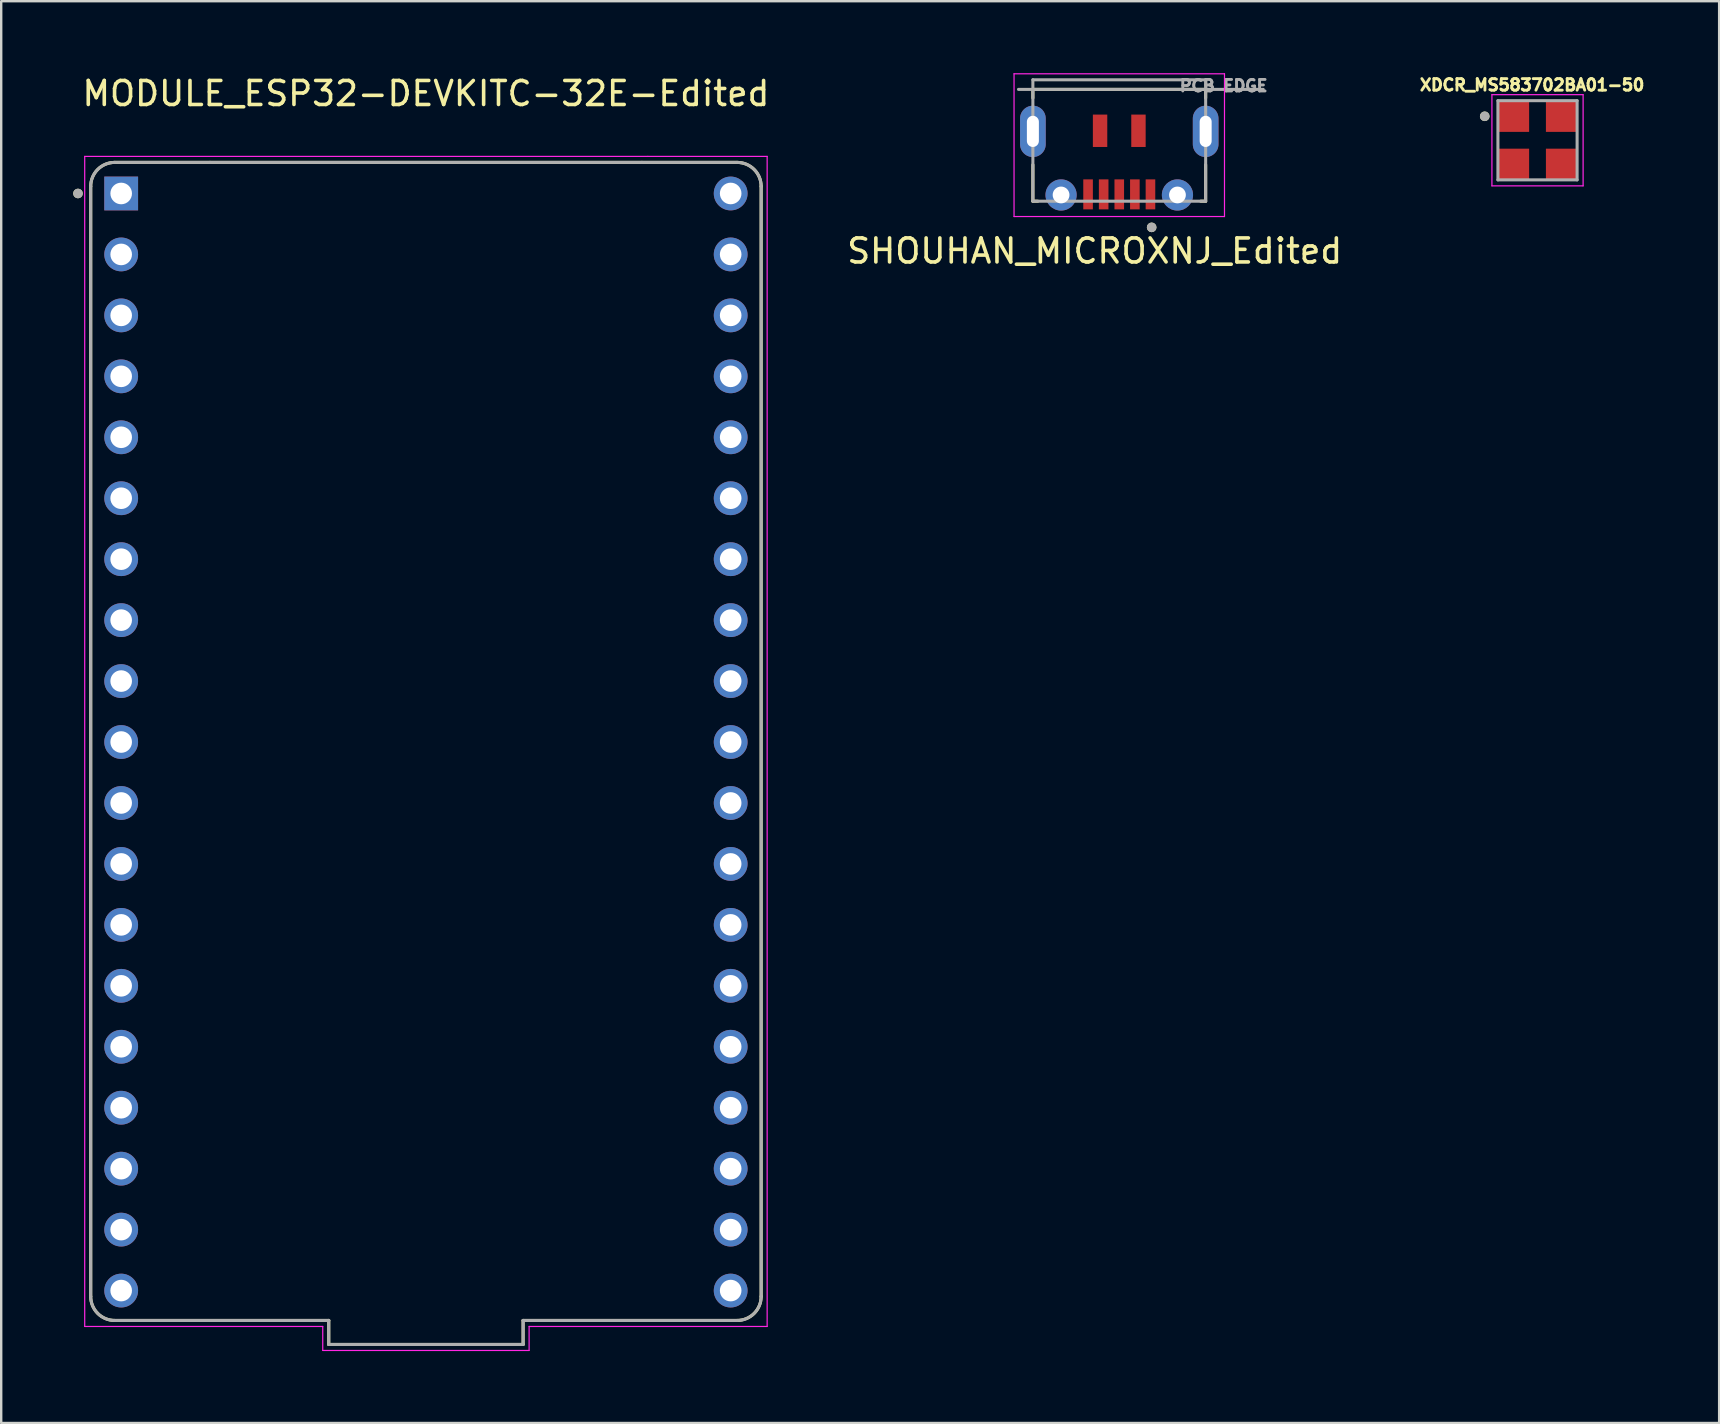
<source format=kicad_pcb>
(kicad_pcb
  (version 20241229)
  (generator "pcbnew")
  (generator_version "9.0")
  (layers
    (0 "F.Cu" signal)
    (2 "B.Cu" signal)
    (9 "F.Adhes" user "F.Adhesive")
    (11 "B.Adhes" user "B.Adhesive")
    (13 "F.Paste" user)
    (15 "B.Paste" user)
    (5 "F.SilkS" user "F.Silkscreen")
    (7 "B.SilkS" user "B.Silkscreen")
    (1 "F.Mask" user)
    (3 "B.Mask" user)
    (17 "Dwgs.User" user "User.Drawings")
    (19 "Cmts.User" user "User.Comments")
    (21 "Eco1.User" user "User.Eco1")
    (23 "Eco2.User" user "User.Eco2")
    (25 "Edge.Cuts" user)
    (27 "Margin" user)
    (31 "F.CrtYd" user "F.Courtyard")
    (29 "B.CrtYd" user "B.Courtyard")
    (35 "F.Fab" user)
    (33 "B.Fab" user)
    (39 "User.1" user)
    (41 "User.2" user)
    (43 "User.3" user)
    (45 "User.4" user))
  (footprint "SHOUHAN_MICROXNJ_Edited"
    (layer "F.Cu")
    (at 43.594 0.675)
    (property "Reference" "SHOUHAN_MICROXNJ_Edited" (at -1.025 6.735 0) (layer "F.SilkS") (effects (font (size 1 1) (thickness 0.15))))
    (attr smd)
    (fp_line (start -3.6 0) (end 3.6 0) (stroke (width 0.127) (type solid)) (layer "F.SilkS"))
    (fp_line (start -3.6 0.36) (end -3.6 0) (stroke (width 0.127) (type solid)) (layer "F.SilkS"))
    (fp_line (start -3.6 3.14) (end -3.6 4.66) (stroke (width 0.127) (type solid)) (layer "F.SilkS"))
    (fp_line (start -3.6 4.66) (end -3.395 4.66) (stroke (width 0.127) (type solid)) (layer "F.SilkS"))
    (fp_line (start 3.6 0) (end 3.6 0.36) (stroke (width 0.127) (type solid)) (layer "F.SilkS"))
    (fp_line (start 3.6 3.14) (end 3.6 4.66) (stroke (width 0.127) (type solid)) (layer "F.SilkS"))
    (fp_line (start 3.6 4.66) (end 3.395 4.66) (stroke (width 0.127) (type solid)) (layer "F.SilkS"))
    (fp_circle (center 1.35 5.75) (end 1.45 5.75) (stroke (width 0.2) (type solid)) (fill no) (layer "F.SilkS"))
    (fp_line (start -4.385 -0.65) (end 4.385 -0.65) (stroke (width 0.05) (type solid)) (layer "F.CrtYd"))
    (fp_line (start -4.385 5.3) (end -4.385 -0.65) (stroke (width 0.05) (type solid)) (layer "F.CrtYd"))
    (fp_line (start 4.385 -0.65) (end 4.385 5.3) (stroke (width 0.05) (type solid)) (layer "F.CrtYd"))
    (fp_line (start 4.385 5.3) (end -4.385 5.3) (stroke (width 0.05) (type solid)) (layer "F.CrtYd"))
    (fp_line (start -4.2 0) (end 6 0) (stroke (width 0.127) (type solid)) (layer "F.Fab"))
    (fp_line (start -3.6 -0.4) (end 3.6 -0.4) (stroke (width 0.127) (type solid)) (layer "F.Fab"))
    (fp_line (start -3.6 4.66) (end -3.6 -0.4) (stroke (width 0.127) (type solid)) (layer "F.Fab"))
    (fp_line (start 3.6 -0.4) (end 3.6 4.66) (stroke (width 0.127) (type solid)) (layer "F.Fab"))
    (fp_line (start 3.6 4.66) (end -3.6 4.66) (stroke (width 0.127) (type solid)) (layer "F.Fab"))
    (fp_circle (center 1.35 5.75) (end 1.45 5.75) (stroke (width 0.2) (type solid)) (fill no) (layer "F.Fab"))
    (fp_text user "PCB EDGE" (at 4.35 -0.15 0) (layer "F.Fab") (effects (font (size 0.48 0.48) (thickness 0.15))))
    (pad "1" smd rect (at 1.3 4.375) (size 0.4 1.25) (layers "F.Cu" "F.Mask" "F.Paste"))
    (pad "2" smd rect (at 0.65 4.375) (size 0.4 1.25) (layers "F.Cu" "F.Mask" "F.Paste"))
    (pad "3" smd rect (at 0 4.375) (size 0.4 1.25) (layers "F.Cu" "F.Mask" "F.Paste"))
    (pad "4" smd rect (at -0.65 4.375) (size 0.4 1.25) (layers "F.Cu" "F.Mask" "F.Paste"))
    (pad "5" smd rect (at -1.3 4.375) (size 0.4 1.25) (layers "F.Cu" "F.Mask" "F.Paste"))
    (pad "6" thru_hole oval (at -3.6 1.75) (size 1.07 2.14) (drill oval 0.5 1.3) (layers "*.Cu" "*.Mask"))
    (pad "6" thru_hole circle (at -2.425 4.4) (size 1.3 1.3) (drill 0.7) (layers "*.Cu" "*.Mask"))
    (pad "6" smd rect (at -0.8 1.725) (size 0.6 1.35) (layers "F.Cu" "F.Mask" "F.Paste"))
    (pad "6" smd rect (at 0.8 1.725) (size 0.6 1.35) (layers "F.Cu" "F.Mask" "F.Paste"))
    (pad "6" thru_hole circle (at 2.425 4.4) (size 1.3 1.3) (drill 0.7) (layers "*.Cu" "*.Mask"))
    (pad "6" thru_hole oval (at 3.6 1.75) (size 1.07 2.14) (drill oval 0.5 1.3) (layers "*.Cu" "*.Mask")))
  (footprint "XDCR_MS583702BA01-50"
    (layer "F.Cu")
    (at 61.024 2.796)
    (property "Reference" "XDCR_MS583702BA01-50" (at -0.226 -2.305 0) (layer "F.SilkS") (effects (font (size 0.48 0.48) (thickness 0.15))))
    (attr smd)
    (fp_circle (center -2.2 -1) (end -2.1 -1) (stroke (width 0.2) (type solid)) (fill no) (layer "F.SilkS"))
    (fp_line (start -1.9 -1.9) (end 1.9 -1.9) (stroke (width 0.05) (type solid)) (layer "F.CrtYd"))
    (fp_line (start -1.9 1.9) (end -1.9 -1.9) (stroke (width 0.05) (type solid)) (layer "F.CrtYd"))
    (fp_line (start 1.9 -1.9) (end 1.9 1.9) (stroke (width 0.05) (type solid)) (layer "F.CrtYd"))
    (fp_line (start 1.9 1.9) (end -1.9 1.9) (stroke (width 0.05) (type solid)) (layer "F.CrtYd"))
    (fp_line (start -1.65 -1.65) (end 1.65 -1.65) (stroke (width 0.127) (type solid)) (layer "F.Fab"))
    (fp_line (start -1.65 1.65) (end -1.65 -1.65) (stroke (width 0.127) (type solid)) (layer "F.Fab"))
    (fp_line (start 1.65 -1.65) (end 1.65 1.65) (stroke (width 0.127) (type solid)) (layer "F.Fab"))
    (fp_line (start 1.65 1.65) (end -1.65 1.65) (stroke (width 0.127) (type solid)) (layer "F.Fab"))
    (fp_circle (center -2.2 -1) (end -2.1 -1) (stroke (width 0.2) (type solid)) (fill no) (layer "F.Fab"))
    (pad "1" smd rect (at -1 -1) (size 1.3 1.3) (layers "F.Cu" "F.Mask" "F.Paste"))
    (pad "2" smd rect (at -1 1) (size 1.3 1.3) (layers "F.Cu" "F.Mask" "F.Paste"))
    (pad "3" smd rect (at 1 1) (size 1.3 1.3) (layers "F.Cu" "F.Mask" "F.Paste"))
    (pad "4" smd rect (at 1 -1) (size 1.3 1.3) (layers "F.Cu" "F.Mask" "F.Paste")))
  (footprint "MODULE_ESP32-DEVKITC-32E-Edited"
    (layer "F.Cu")
    (at 14.7 27.848)
    (property "Reference" "MODULE_ESP32-DEVKITC-32E-Edited" (at 0 -27 0) (layer "F.SilkS") (effects (font (size 1 1) (thickness 0.15))))
    (attr through_hole)
    (fp_line (start -13.97 23.13) (end -13.97 -23.13) (stroke (width 0.127) (type solid)) (layer "F.SilkS"))
    (fp_line (start -12.97 -24.13) (end -9 -24.13) (stroke (width 0.127) (type solid)) (layer "F.SilkS"))
    (fp_line (start -12.97 24.13) (end -4.05 24.13) (stroke (width 0.127) (type solid)) (layer "F.SilkS"))
    (fp_line (start -9 -24.13) (end 9 -24.13) (stroke (width 0.127) (type solid)) (layer "F.SilkS"))
    (fp_line (start -4.05 24.13) (end -4.05 25.13) (stroke (width 0.127) (type solid)) (layer "F.SilkS"))
    (fp_line (start -4.05 25.13) (end 4.05 25.13) (stroke (width 0.127) (type solid)) (layer "F.SilkS"))
    (fp_line (start 4.05 24.13) (end 12.97 24.13) (stroke (width 0.127) (type solid)) (layer "F.SilkS"))
    (fp_line (start 4.05 25.13) (end 4.05 24.13) (stroke (width 0.127) (type solid)) (layer "F.SilkS"))
    (fp_line (start 9 -24.13) (end 12.97 -24.13) (stroke (width 0.127) (type solid)) (layer "F.SilkS"))
    (fp_line (start 13.97 23.13) (end 13.97 -23.13) (stroke (width 0.127) (type solid)) (layer "F.SilkS"))
    (fp_arc (start -13.97 -23.13) (mid -13.677107 -23.837107) (end -12.97 -24.13) (stroke (width 0.127) (type solid)) (layer "F.SilkS"))
    (fp_arc (start -12.97 24.13) (mid -13.677107 23.837107) (end -13.97 23.13) (stroke (width 0.127) (type solid)) (layer "F.SilkS"))
    (fp_arc (start 12.97 -24.13) (mid 13.677107 -23.837107) (end 13.97 -23.13) (stroke (width 0.127) (type solid)) (layer "F.SilkS"))
    (fp_arc (start 13.97 23.13) (mid 13.677107 23.837107) (end 12.97 24.13) (stroke (width 0.127) (type solid)) (layer "F.SilkS"))
    (fp_circle (center -14.5 -22.835) (end -14.4 -22.835) (stroke (width 0.2) (type solid)) (fill no) (layer "F.SilkS"))
    (fp_line (start -14.22 -24.38) (end -14.22 24.38) (stroke (width 0.05) (type solid)) (layer "F.CrtYd"))
    (fp_line (start -14.22 24.38) (end -4.3 24.38) (stroke (width 0.05) (type solid)) (layer "F.CrtYd"))
    (fp_line (start -4.3 24.38) (end -4.3 25.38) (stroke (width 0.05) (type solid)) (layer "F.CrtYd"))
    (fp_line (start -4.3 25.38) (end 4.3 25.38) (stroke (width 0.05) (type solid)) (layer "F.CrtYd"))
    (fp_line (start 4.3 24.38) (end 14.22 24.38) (stroke (width 0.05) (type solid)) (layer "F.CrtYd"))
    (fp_line (start 4.3 25.38) (end 4.3 24.38) (stroke (width 0.05) (type solid)) (layer "F.CrtYd"))
    (fp_line (start 9.25 -24.38) (end -14.22 -24.38) (stroke (width 0.05) (type solid)) (layer "F.CrtYd"))
    (fp_line (start 14.22 -24.38) (end 9.25 -24.38) (stroke (width 0.05) (type solid)) (layer "F.CrtYd"))
    (fp_line (start 14.22 24.38) (end 14.22 -24.38) (stroke (width 0.05) (type solid)) (layer "F.CrtYd"))
    (fp_line (start -13.97 23.13) (end -13.97 -23.13) (stroke (width 0.127) (type solid)) (layer "F.Fab"))
    (fp_line (start -12.97 -24.13) (end -9 -24.13) (stroke (width 0.127) (type solid)) (layer "F.Fab"))
    (fp_line (start -12.97 24.13) (end -4.05 24.13) (stroke (width 0.127) (type solid)) (layer "F.Fab"))
    (fp_line (start -9 -24.13) (end 9 -24.13) (stroke (width 0.127) (type solid)) (layer "F.Fab"))
    (fp_line (start -4.05 24.13) (end -4.05 25.13) (stroke (width 0.127) (type solid)) (layer "F.Fab"))
    (fp_line (start -4.05 25.13) (end 4.05 25.13) (stroke (width 0.127) (type solid)) (layer "F.Fab"))
    (fp_line (start 4.05 24.13) (end 12.97 24.13) (stroke (width 0.127) (type solid)) (layer "F.Fab"))
    (fp_line (start 4.05 25.13) (end 4.05 24.13) (stroke (width 0.127) (type solid)) (layer "F.Fab"))
    (fp_line (start 9 -24.13) (end 12.97 -24.13) (stroke (width 0.127) (type solid)) (layer "F.Fab"))
    (fp_line (start 13.97 23.13) (end 13.97 -23.13) (stroke (width 0.127) (type solid)) (layer "F.Fab"))
    (fp_arc (start -13.97 -23.13) (mid -13.677107 -23.837107) (end -12.97 -24.13) (stroke (width 0.127) (type solid)) (layer "F.Fab"))
    (fp_arc (start -12.97 24.13) (mid -13.677107 23.837107) (end -13.97 23.13) (stroke (width 0.127) (type solid)) (layer "F.Fab"))
    (fp_arc (start 12.97 -24.13) (mid 13.677107 -23.837107) (end 13.97 -23.13) (stroke (width 0.127) (type solid)) (layer "F.Fab"))
    (fp_arc (start 13.97 23.13) (mid 13.677107 23.837107) (end 12.97 24.13) (stroke (width 0.127) (type solid)) (layer "F.Fab"))
    (fp_circle (center -14.5 -22.835) (end -14.4 -22.835) (stroke (width 0.2) (type solid)) (fill no) (layer "F.Fab"))
    (pad "J2_1" thru_hole rect (at -12.7 -22.835) (size 1.408 1.408) (drill 0.9) (layers "*.Cu" "*.Mask"))
    (pad "J2_2" thru_hole circle (at -12.7 -20.295) (size 1.408 1.408) (drill 0.9) (layers "*.Cu" "*.Mask"))
    (pad "J2_3" thru_hole circle (at -12.7 -17.755) (size 1.408 1.408) (drill 0.9) (layers "*.Cu" "*.Mask"))
    (pad "J2_4" thru_hole circle (at -12.7 -15.215) (size 1.408 1.408) (drill 0.9) (layers "*.Cu" "*.Mask"))
    (pad "J2_5" thru_hole circle (at -12.7 -12.675) (size 1.408 1.408) (drill 0.9) (layers "*.Cu" "*.Mask"))
    (pad "J2_6" thru_hole circle (at -12.7 -10.135) (size 1.408 1.408) (drill 0.9) (layers "*.Cu" "*.Mask"))
    (pad "J2_7" thru_hole circle (at -12.7 -7.595) (size 1.408 1.408) (drill 0.9) (layers "*.Cu" "*.Mask"))
    (pad "J2_8" thru_hole circle (at -12.7 -5.055) (size 1.408 1.408) (drill 0.9) (layers "*.Cu" "*.Mask"))
    (pad "J2_9" thru_hole circle (at -12.7 -2.515) (size 1.408 1.408) (drill 0.9) (layers "*.Cu" "*.Mask"))
    (pad "J2_10" thru_hole circle (at -12.7 0.025) (size 1.408 1.408) (drill 0.9) (layers "*.Cu" "*.Mask"))
    (pad "J2_11" thru_hole circle (at -12.7 2.565) (size 1.408 1.408) (drill 0.9) (layers "*.Cu" "*.Mask"))
    (pad "J2_12" thru_hole circle (at -12.7 5.105) (size 1.408 1.408) (drill 0.9) (layers "*.Cu" "*.Mask"))
    (pad "J2_13" thru_hole circle (at -12.7 7.645) (size 1.408 1.408) (drill 0.9) (layers "*.Cu" "*.Mask"))
    (pad "J2_14" thru_hole circle (at -12.7 10.185) (size 1.408 1.408) (drill 0.9) (layers "*.Cu" "*.Mask"))
    (pad "J2_15" thru_hole circle (at -12.7 12.725) (size 1.408 1.408) (drill 0.9) (layers "*.Cu" "*.Mask"))
    (pad "J2_16" thru_hole circle (at -12.7 15.265) (size 1.408 1.408) (drill 0.9) (layers "*.Cu" "*.Mask"))
    (pad "J2_17" thru_hole circle (at -12.7 17.805) (size 1.408 1.408) (drill 0.9) (layers "*.Cu" "*.Mask"))
    (pad "J2_18" thru_hole circle (at -12.7 20.345) (size 1.408 1.408) (drill 0.9) (layers "*.Cu" "*.Mask"))
    (pad "J2_19" thru_hole circle (at -12.7 22.885) (size 1.408 1.408) (drill 0.9) (layers "*.Cu" "*.Mask"))
    (pad "J3_1" thru_hole circle (at 12.7 -22.835) (size 1.408 1.408) (drill 0.9) (layers "*.Cu" "*.Mask"))
    (pad "J3_2" thru_hole circle (at 12.7 -20.295) (size 1.408 1.408) (drill 0.9) (layers "*.Cu" "*.Mask"))
    (pad "J3_3" thru_hole circle (at 12.7 -17.755) (size 1.408 1.408) (drill 0.9) (layers "*.Cu" "*.Mask"))
    (pad "J3_4" thru_hole circle (at 12.7 -15.215) (size 1.408 1.408) (drill 0.9) (layers "*.Cu" "*.Mask"))
    (pad "J3_5" thru_hole circle (at 12.7 -12.675) (size 1.408 1.408) (drill 0.9) (layers "*.Cu" "*.Mask"))
    (pad "J3_6" thru_hole circle (at 12.7 -10.135) (size 1.408 1.408) (drill 0.9) (layers "*.Cu" "*.Mask"))
    (pad "J3_7" thru_hole circle (at 12.7 -7.595) (size 1.408 1.408) (drill 0.9) (layers "*.Cu" "*.Mask"))
    (pad "J3_8" thru_hole circle (at 12.7 -5.055) (size 1.408 1.408) (drill 0.9) (layers "*.Cu" "*.Mask"))
    (pad "J3_9" thru_hole circle (at 12.7 -2.515) (size 1.408 1.408) (drill 0.9) (layers "*.Cu" "*.Mask"))
    (pad "J3_10" thru_hole circle (at 12.7 0.025) (size 1.408 1.408) (drill 0.9) (layers "*.Cu" "*.Mask"))
    (pad "J3_11" thru_hole circle (at 12.7 2.565) (size 1.408 1.408) (drill 0.9) (layers "*.Cu" "*.Mask"))
    (pad "J3_12" thru_hole circle (at 12.7 5.105) (size 1.408 1.408) (drill 0.9) (layers "*.Cu" "*.Mask"))
    (pad "J3_13" thru_hole circle (at 12.7 7.645) (size 1.408 1.408) (drill 0.9) (layers "*.Cu" "*.Mask"))
    (pad "J3_14" thru_hole circle (at 12.7 10.185) (size 1.408 1.408) (drill 0.9) (layers "*.Cu" "*.Mask"))
    (pad "J3_15" thru_hole circle (at 12.7 12.725) (size 1.408 1.408) (drill 0.9) (layers "*.Cu" "*.Mask"))
    (pad "J3_16" thru_hole circle (at 12.7 15.265) (size 1.408 1.408) (drill 0.9) (layers "*.Cu" "*.Mask"))
    (pad "J3_17" thru_hole circle (at 12.7 17.805) (size 1.408 1.408) (drill 0.9) (layers "*.Cu" "*.Mask"))
    (pad "J3_18" thru_hole circle (at 12.7 20.345) (size 1.408 1.408) (drill 0.9) (layers "*.Cu" "*.Mask"))
    (pad "J3_19" thru_hole circle (at 12.7 22.885) (size 1.408 1.408) (drill 0.9) (layers "*.Cu" "*.Mask")))
  (gr_rect
    (start -3 -3)
    (end 68.593 56.253)
    (stroke (width 0.1) (type default))
    (fill no)
    (layer "Edge.Cuts")))
</source>
